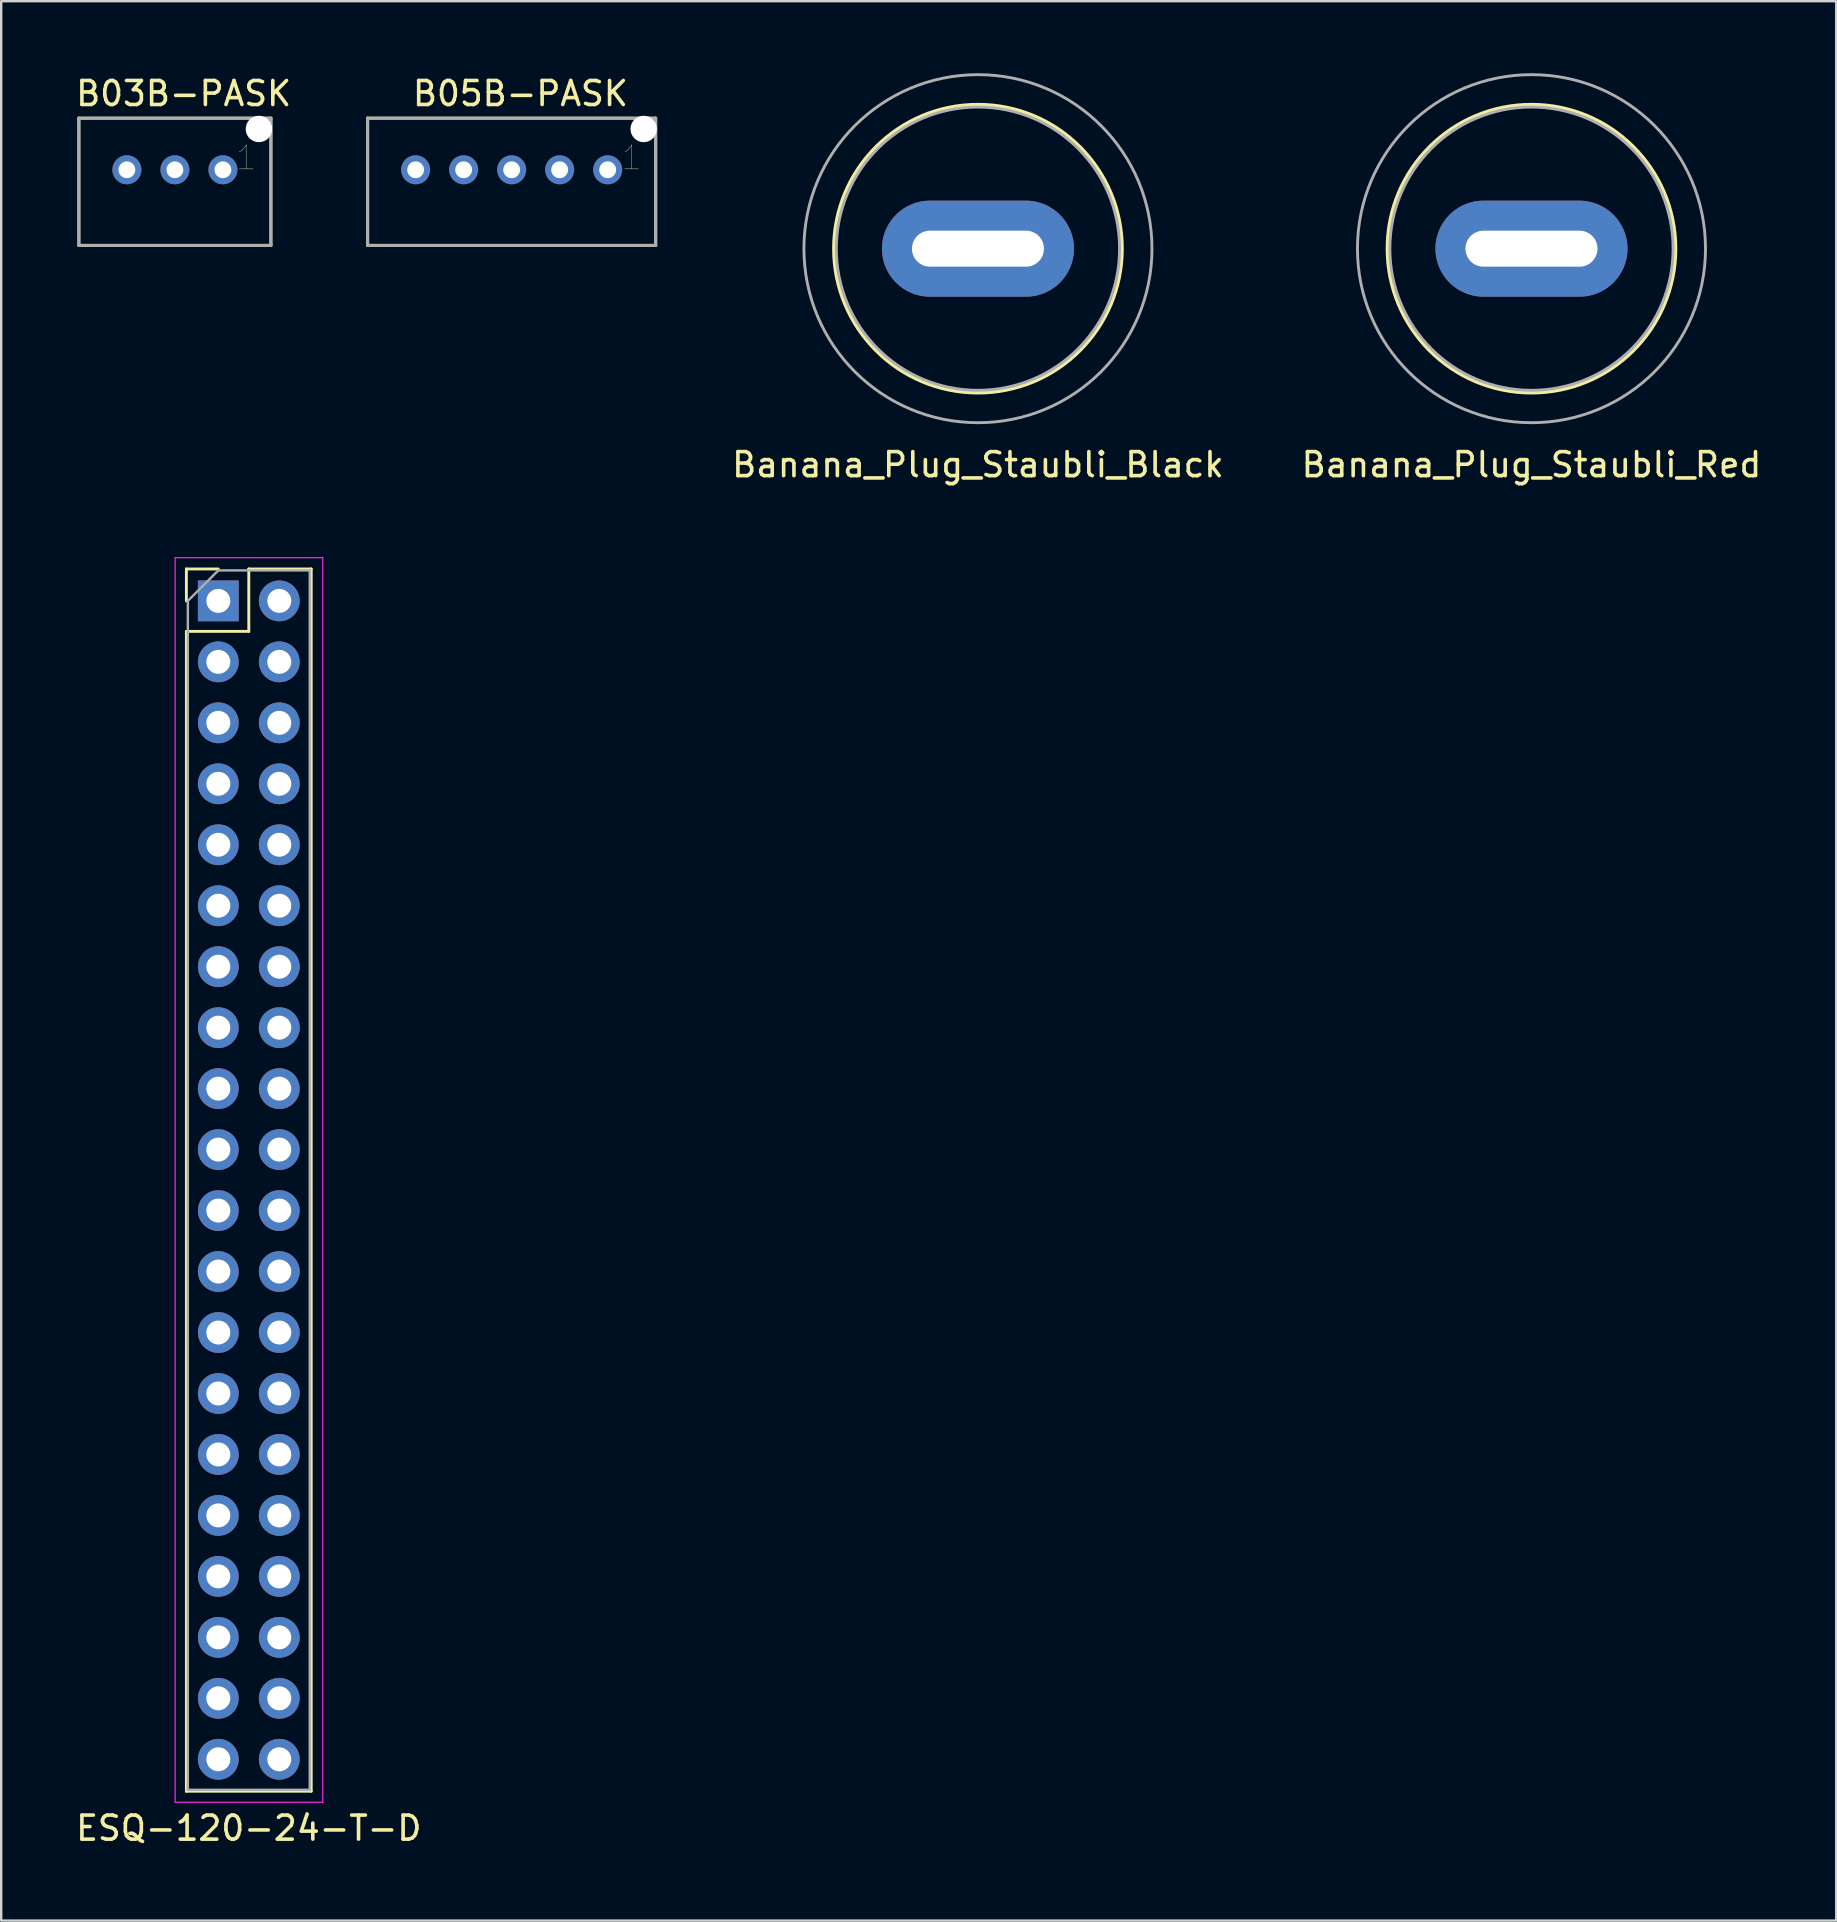
<source format=kicad_pcb>
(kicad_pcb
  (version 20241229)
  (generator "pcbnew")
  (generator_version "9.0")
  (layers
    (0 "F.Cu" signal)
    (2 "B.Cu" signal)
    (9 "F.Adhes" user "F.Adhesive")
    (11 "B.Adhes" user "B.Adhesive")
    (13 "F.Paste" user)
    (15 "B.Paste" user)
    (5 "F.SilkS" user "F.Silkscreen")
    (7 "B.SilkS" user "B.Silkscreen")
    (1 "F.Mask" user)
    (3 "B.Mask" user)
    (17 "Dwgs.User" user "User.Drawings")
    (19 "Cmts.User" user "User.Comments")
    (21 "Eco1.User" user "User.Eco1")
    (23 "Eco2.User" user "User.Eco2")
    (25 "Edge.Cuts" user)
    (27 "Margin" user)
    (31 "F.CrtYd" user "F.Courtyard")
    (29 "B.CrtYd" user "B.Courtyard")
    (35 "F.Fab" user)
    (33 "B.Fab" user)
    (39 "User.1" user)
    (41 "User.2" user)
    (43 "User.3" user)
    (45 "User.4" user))
  (footprint "Banana_Plug_Staubli_Red"
    (layer "F.Cu")
    (at 60.752 7.31)
    (property "Reference" "Banana_Plug_Staubli_Red" (at 0 9 0) (layer "F.SilkS") (effects (font (size 1 1) (thickness 0.15))))
    (attr through_hole)
    (fp_circle (center 0 0) (end 6 0) (stroke (width 0.15) (type solid)) (fill no) (layer "F.SilkS"))
    (fp_circle (center 0 0) (end 5.9 0) (stroke (width 0.12) (type solid)) (fill no) (layer "F.Fab"))
    (fp_circle (center 0 0) (end 7.25 0) (stroke (width 0.12) (type solid)) (fill no) (layer "F.Fab"))
    (pad "1" thru_hole oval (at 0 0) (size 8 4) (drill oval 5.5 1.5) (layers "*.Cu" "*.Mask")))
  (footprint "B05B-PASK"
    (layer "F.Cu")
    (at 18.266 4.023)
    (property "Reference" "B05B-PASK" (at 0.365 -3.175 0) (layer "F.SilkS") (effects (font (size 1 1) (thickness 0.15))))
    (attr through_hole)
    (fp_line (start -6 -2.15) (end 6 -2.15) (stroke (width 0.12) (type solid)) (layer "F.SilkS"))
    (fp_line (start -6 3.15) (end -6 -2.15) (stroke (width 0.12) (type solid)) (layer "F.SilkS"))
    (fp_line (start 6 -2.15) (end 6 3.15) (stroke (width 0.12) (type solid)) (layer "F.SilkS"))
    (fp_line (start 6 3.15) (end -6 3.15) (stroke (width 0.12) (type solid)) (layer "F.SilkS"))
    (fp_line (start -6 3.15) (end -6 -2.15) (stroke (width 0.127) (type solid)) (layer "F.Fab"))
    (fp_line (start -6 3.15) (end 6 3.15) (stroke (width 0.127) (type solid)) (layer "F.Fab"))
    (fp_line (start 6 -2.15) (end -6 -2.15) (stroke (width 0.127) (type solid)) (layer "F.Fab"))
    (fp_line (start 6 -2.15) (end 6 3.15) (stroke (width 0.127) (type solid)) (layer "F.Fab"))
    (fp_text user "1" (at 5 -0.5 0) (layer "F.SilkS") (effects (font (size 1 1) (thickness 0.015))))
    (pad "" np_thru_hole circle (at 5.5 -1.7) (size 1.1 1.1) (drill 1.1) (layers "*.Cu" "*.Mask"))
    (pad "1" thru_hole circle (at 4 0) (size 1.208 1.208) (drill 0.7) (layers "*.Cu" "*.Mask"))
    (pad "2" thru_hole circle (at 2 0) (size 1.208 1.208) (drill 0.7) (layers "*.Cu" "*.Mask"))
    (pad "3" thru_hole circle (at 0 0) (size 1.208 1.208) (drill 0.7) (layers "*.Cu" "*.Mask"))
    (pad "4" thru_hole circle (at -2 0) (size 1.208 1.208) (drill 0.7) (layers "*.Cu" "*.Mask"))
    (pad "5" thru_hole circle (at -4 0) (size 1.208 1.208) (drill 0.7) (layers "*.Cu" "*.Mask")))
  (footprint "Banana_Plug_Staubli_Black"
    (layer "F.Cu")
    (at 37.692 7.31)
    (property "Reference" "Banana_Plug_Staubli_Black" (at 0 9 0) (layer "F.SilkS") (effects (font (size 1 1) (thickness 0.15))))
    (attr through_hole)
    (fp_circle (center 0 0) (end 6 0) (stroke (width 0.15) (type solid)) (fill no) (layer "F.SilkS"))
    (fp_circle (center 0 0) (end 5.9 0) (stroke (width 0.12) (type solid)) (fill no) (layer "F.Fab"))
    (fp_circle (center 0 0) (end 7.25 0) (stroke (width 0.12) (type solid)) (fill no) (layer "F.Fab"))
    (pad "1" thru_hole oval (at 0 0) (size 8 4) (drill oval 5.5 1.5) (layers "*.Cu" "*.Mask")))
  (footprint "ESQ-120-24-T-D"
    (layer "F.Cu")
    (at 7.315 46.113)
    (property "Reference" "ESQ-120-24-T-D" (at 0 27 0) (layer "F.SilkS") (effects (font (size 1 1) (thickness 0.15))))
    (attr through_hole)
    (fp_line (start -2.6 -25.46) (end -1.27 -25.46) (stroke (width 0.12) (type solid)) (layer "F.SilkS"))
    (fp_line (start -2.6 -24.13) (end -2.6 -25.46) (stroke (width 0.12) (type solid)) (layer "F.SilkS"))
    (fp_line (start -2.6 -22.86) (end -2.6 25.46) (stroke (width 0.12) (type solid)) (layer "F.SilkS"))
    (fp_line (start -2.6 -22.86) (end 0 -22.86) (stroke (width 0.12) (type solid)) (layer "F.SilkS"))
    (fp_line (start -2.6 25.46) (end 2.6 25.46) (stroke (width 0.12) (type solid)) (layer "F.SilkS"))
    (fp_line (start 0 -25.46) (end 2.6 -25.46) (stroke (width 0.12) (type solid)) (layer "F.SilkS"))
    (fp_line (start 0 -22.86) (end 0 -25.46) (stroke (width 0.12) (type solid)) (layer "F.SilkS"))
    (fp_line (start 2.6 -25.46) (end 2.6 25.46) (stroke (width 0.12) (type solid)) (layer "F.SilkS"))
    (fp_line (start -3.07 -25.93) (end -3.07 25.92) (stroke (width 0.05) (type solid)) (layer "F.CrtYd"))
    (fp_line (start -3.07 25.92) (end 3.08 25.92) (stroke (width 0.05) (type solid)) (layer "F.CrtYd"))
    (fp_line (start 3.08 -25.93) (end -3.07 -25.93) (stroke (width 0.05) (type solid)) (layer "F.CrtYd"))
    (fp_line (start 3.08 25.92) (end 3.08 -25.93) (stroke (width 0.05) (type solid)) (layer "F.CrtYd"))
    (fp_line (start -2.54 -24.13) (end -1.27 -25.4) (stroke (width 0.1) (type solid)) (layer "F.Fab"))
    (fp_line (start -2.54 25.4) (end -2.54 -24.13) (stroke (width 0.1) (type solid)) (layer "F.Fab"))
    (fp_line (start -1.27 -25.4) (end 2.54 -25.4) (stroke (width 0.1) (type solid)) (layer "F.Fab"))
    (fp_line (start 2.54 -25.4) (end 2.54 25.4) (stroke (width 0.1) (type solid)) (layer "F.Fab"))
    (fp_line (start 2.54 25.4) (end -2.54 25.4) (stroke (width 0.1) (type solid)) (layer "F.Fab"))
    (pad "1" thru_hole rect (at -1.27 -24.13) (size 1.7 1.7) (drill 1) (layers "*.Cu" "*.Mask"))
    (pad "2" thru_hole oval (at 1.27 -24.13) (size 1.7 1.7) (drill 1) (layers "*.Cu" "*.Mask"))
    (pad "3" thru_hole oval (at -1.27 -21.59) (size 1.7 1.7) (drill 1) (layers "*.Cu" "*.Mask"))
    (pad "4" thru_hole oval (at 1.27 -21.59) (size 1.7 1.7) (drill 1) (layers "*.Cu" "*.Mask"))
    (pad "5" thru_hole oval (at -1.27 -19.05) (size 1.7 1.7) (drill 1) (layers "*.Cu" "*.Mask"))
    (pad "6" thru_hole oval (at 1.27 -19.05) (size 1.7 1.7) (drill 1) (layers "*.Cu" "*.Mask"))
    (pad "7" thru_hole oval (at -1.27 -16.51) (size 1.7 1.7) (drill 1) (layers "*.Cu" "*.Mask"))
    (pad "8" thru_hole oval (at 1.27 -16.51) (size 1.7 1.7) (drill 1) (layers "*.Cu" "*.Mask"))
    (pad "9" thru_hole oval (at -1.27 -13.97) (size 1.7 1.7) (drill 1) (layers "*.Cu" "*.Mask"))
    (pad "10" thru_hole oval (at 1.27 -13.97) (size 1.7 1.7) (drill 1) (layers "*.Cu" "*.Mask"))
    (pad "11" thru_hole oval (at -1.27 -11.43) (size 1.7 1.7) (drill 1) (layers "*.Cu" "*.Mask"))
    (pad "12" thru_hole oval (at 1.27 -11.43) (size 1.7 1.7) (drill 1) (layers "*.Cu" "*.Mask"))
    (pad "13" thru_hole oval (at -1.27 -8.89) (size 1.7 1.7) (drill 1) (layers "*.Cu" "*.Mask"))
    (pad "14" thru_hole oval (at 1.27 -8.89) (size 1.7 1.7) (drill 1) (layers "*.Cu" "*.Mask"))
    (pad "15" thru_hole oval (at -1.27 -6.35) (size 1.7 1.7) (drill 1) (layers "*.Cu" "*.Mask"))
    (pad "16" thru_hole oval (at 1.27 -6.35) (size 1.7 1.7) (drill 1) (layers "*.Cu" "*.Mask"))
    (pad "17" thru_hole oval (at -1.27 -3.81) (size 1.7 1.7) (drill 1) (layers "*.Cu" "*.Mask"))
    (pad "18" thru_hole oval (at 1.27 -3.81) (size 1.7 1.7) (drill 1) (layers "*.Cu" "*.Mask"))
    (pad "19" thru_hole oval (at -1.27 -1.27) (size 1.7 1.7) (drill 1) (layers "*.Cu" "*.Mask"))
    (pad "20" thru_hole oval (at 1.27 -1.27) (size 1.7 1.7) (drill 1) (layers "*.Cu" "*.Mask"))
    (pad "21" thru_hole oval (at -1.27 1.27) (size 1.7 1.7) (drill 1) (layers "*.Cu" "*.Mask"))
    (pad "22" thru_hole oval (at 1.27 1.27) (size 1.7 1.7) (drill 1) (layers "*.Cu" "*.Mask"))
    (pad "23" thru_hole oval (at -1.27 3.81) (size 1.7 1.7) (drill 1) (layers "*.Cu" "*.Mask"))
    (pad "24" thru_hole oval (at 1.27 3.81) (size 1.7 1.7) (drill 1) (layers "*.Cu" "*.Mask"))
    (pad "25" thru_hole oval (at -1.27 6.35) (size 1.7 1.7) (drill 1) (layers "*.Cu" "*.Mask"))
    (pad "26" thru_hole oval (at 1.27 6.35) (size 1.7 1.7) (drill 1) (layers "*.Cu" "*.Mask"))
    (pad "27" thru_hole oval (at -1.27 8.89) (size 1.7 1.7) (drill 1) (layers "*.Cu" "*.Mask"))
    (pad "28" thru_hole oval (at 1.27 8.89) (size 1.7 1.7) (drill 1) (layers "*.Cu" "*.Mask"))
    (pad "29" thru_hole oval (at -1.27 11.43) (size 1.7 1.7) (drill 1) (layers "*.Cu" "*.Mask"))
    (pad "30" thru_hole oval (at 1.27 11.43) (size 1.7 1.7) (drill 1) (layers "*.Cu" "*.Mask"))
    (pad "31" thru_hole oval (at -1.27 13.97) (size 1.7 1.7) (drill 1) (layers "*.Cu" "*.Mask"))
    (pad "32" thru_hole oval (at 1.27 13.97) (size 1.7 1.7) (drill 1) (layers "*.Cu" "*.Mask"))
    (pad "33" thru_hole oval (at -1.27 16.51) (size 1.7 1.7) (drill 1) (layers "*.Cu" "*.Mask"))
    (pad "34" thru_hole oval (at 1.27 16.51) (size 1.7 1.7) (drill 1) (layers "*.Cu" "*.Mask"))
    (pad "35" thru_hole oval (at -1.27 19.05) (size 1.7 1.7) (drill 1) (layers "*.Cu" "*.Mask"))
    (pad "36" thru_hole oval (at 1.27 19.05) (size 1.7 1.7) (drill 1) (layers "*.Cu" "*.Mask"))
    (pad "37" thru_hole oval (at -1.27 21.59) (size 1.7 1.7) (drill 1) (layers "*.Cu" "*.Mask"))
    (pad "38" thru_hole oval (at 1.27 21.59) (size 1.7 1.7) (drill 1) (layers "*.Cu" "*.Mask"))
    (pad "39" thru_hole oval (at -1.27 24.13) (size 1.7 1.7) (drill 1) (layers "*.Cu" "*.Mask"))
    (pad "40" thru_hole oval (at 1.27 24.13) (size 1.7 1.7) (drill 1) (layers "*.Cu" "*.Mask")))
  (footprint "B03B-PASK"
    (layer "F.Cu")
    (at 4.236 4.023)
    (property "Reference" "B03B-PASK" (at 0.365 -3.175 0) (layer "F.SilkS") (effects (font (size 1 1) (thickness 0.15))))
    (attr through_hole)
    (fp_line (start -4 -2.15) (end 4 -2.15) (stroke (width 0.12) (type solid)) (layer "F.SilkS"))
    (fp_line (start -4 3.15) (end -4 -2.15) (stroke (width 0.12) (type solid)) (layer "F.SilkS"))
    (fp_line (start 4 -2.15) (end 4 3.15) (stroke (width 0.12) (type solid)) (layer "F.SilkS"))
    (fp_line (start 4 3.15) (end -4 3.15) (stroke (width 0.12) (type solid)) (layer "F.SilkS"))
    (fp_line (start -4 3.15) (end -4 -2.15) (stroke (width 0.127) (type solid)) (layer "F.Fab"))
    (fp_line (start -4 3.15) (end 4 3.15) (stroke (width 0.127) (type solid)) (layer "F.Fab"))
    (fp_line (start 4 -2.15) (end -4 -2.15) (stroke (width 0.127) (type solid)) (layer "F.Fab"))
    (fp_line (start 4 -2.15) (end 4 3.15) (stroke (width 0.127) (type solid)) (layer "F.Fab"))
    (fp_text user "1" (at 2.968 -0.5 0) (layer "F.SilkS") (effects (font (size 1 1) (thickness 0.015))))
    (pad "" np_thru_hole circle (at 3.5 -1.7) (size 1.1 1.1) (drill 1.1) (layers "*.Cu" "*.Mask"))
    (pad "1" thru_hole circle (at 2 0) (size 1.208 1.208) (drill 0.7) (layers "*.Cu" "*.Mask"))
    (pad "2" thru_hole circle (at 0 0) (size 1.208 1.208) (drill 0.7) (layers "*.Cu" "*.Mask"))
    (pad "3" thru_hole circle (at -2 0) (size 1.208 1.208) (drill 0.7) (layers "*.Cu" "*.Mask")))
  (gr_rect
    (start -3 -3)
    (end 73.448 76.962)
    (stroke (width 0.1) (type default))
    (fill no)
    (layer "Edge.Cuts")))
</source>
